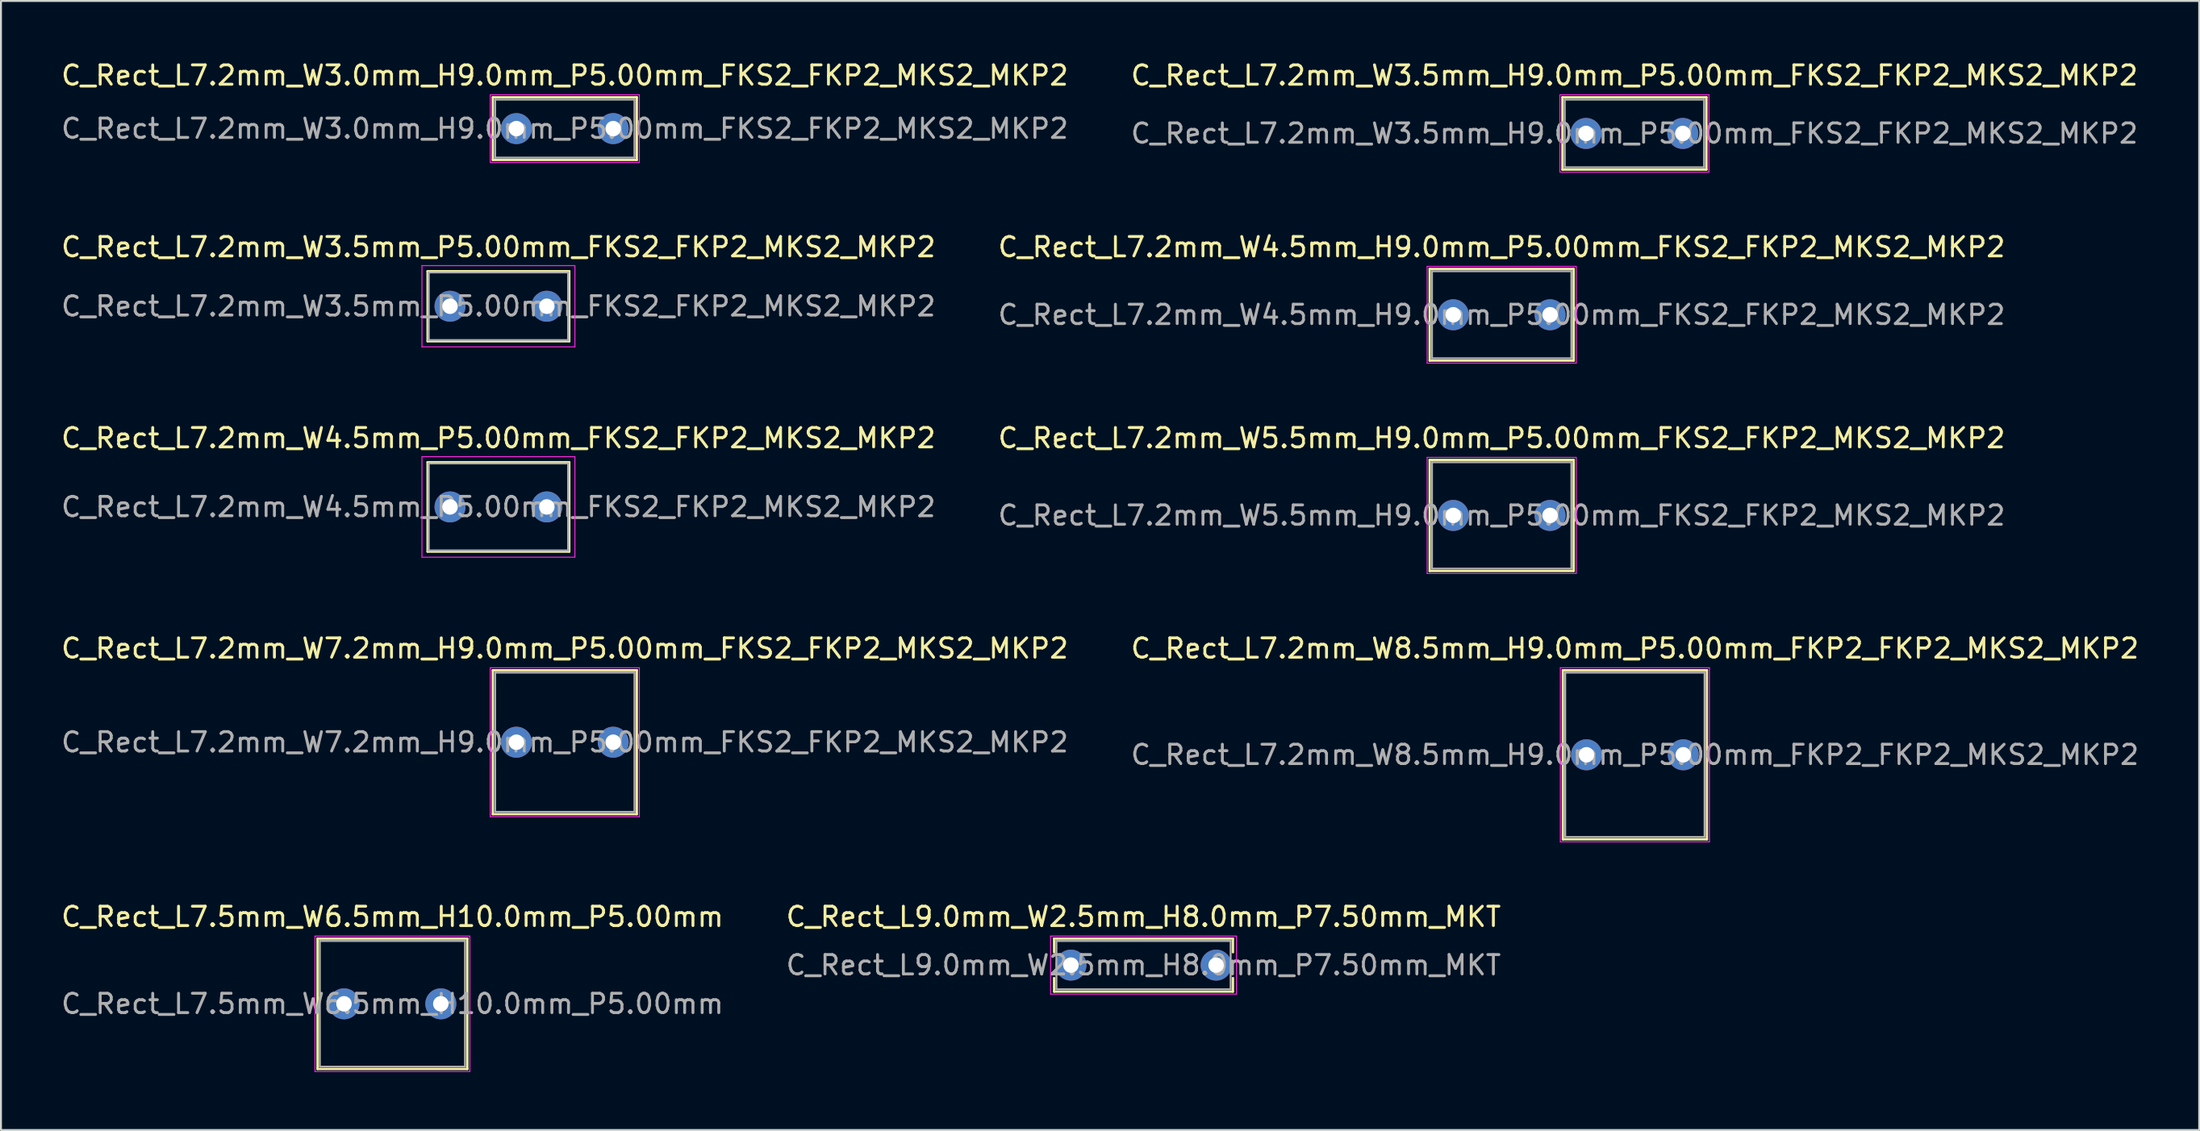
<source format=kicad_pcb>
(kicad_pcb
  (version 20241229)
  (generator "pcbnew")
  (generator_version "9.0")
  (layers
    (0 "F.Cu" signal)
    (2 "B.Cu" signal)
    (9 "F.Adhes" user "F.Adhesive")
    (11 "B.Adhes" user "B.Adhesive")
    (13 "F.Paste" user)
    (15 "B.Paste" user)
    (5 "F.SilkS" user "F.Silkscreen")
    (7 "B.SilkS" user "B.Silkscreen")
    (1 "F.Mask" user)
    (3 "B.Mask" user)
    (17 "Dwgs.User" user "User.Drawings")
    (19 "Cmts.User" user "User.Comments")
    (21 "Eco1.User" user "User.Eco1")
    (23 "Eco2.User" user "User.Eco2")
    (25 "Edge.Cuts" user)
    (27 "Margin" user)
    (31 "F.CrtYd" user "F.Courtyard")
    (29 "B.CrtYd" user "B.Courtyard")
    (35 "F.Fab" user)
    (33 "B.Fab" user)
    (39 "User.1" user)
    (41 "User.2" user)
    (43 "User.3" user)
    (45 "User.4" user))
  (footprint "C_Rect_L7.2mm_W3.5mm_P5.00mm_FKS2_FKP2_MKS2_MKP2"
    (layer "F.Cu")
    (at 20.196 12.781)
    (property "Reference" "C_Rect_L7.2mm_W3.5mm_P5.00mm_FKS2_FKP2_MKS2_MKP2" (at 2.5 -3.06 0) (layer "F.SilkS") (effects (font (size 1 1) (thickness 0.15))))
    (attr through_hole)
    (fp_line (start -1.16 -1.81) (end -1.16 1.81) (stroke (width 0.12) (type solid)) (layer "F.SilkS"))
    (fp_line (start -1.16 -1.81) (end 6.16 -1.81) (stroke (width 0.12) (type solid)) (layer "F.SilkS"))
    (fp_line (start -1.16 1.81) (end 6.16 1.81) (stroke (width 0.12) (type solid)) (layer "F.SilkS"))
    (fp_line (start 6.16 -1.81) (end 6.16 1.81) (stroke (width 0.12) (type solid)) (layer "F.SilkS"))
    (fp_line (start -1.45 -2.1) (end -1.45 2.1) (stroke (width 0.05) (type solid)) (layer "F.CrtYd"))
    (fp_line (start -1.45 2.1) (end 6.45 2.1) (stroke (width 0.05) (type solid)) (layer "F.CrtYd"))
    (fp_line (start 6.45 -2.1) (end -1.45 -2.1) (stroke (width 0.05) (type solid)) (layer "F.CrtYd"))
    (fp_line (start 6.45 2.1) (end 6.45 -2.1) (stroke (width 0.05) (type solid)) (layer "F.CrtYd"))
    (fp_line (start -1.1 -1.75) (end -1.1 1.75) (stroke (width 0.1) (type solid)) (layer "F.Fab"))
    (fp_line (start -1.1 1.75) (end 6.1 1.75) (stroke (width 0.1) (type solid)) (layer "F.Fab"))
    (fp_line (start 6.1 -1.75) (end -1.1 -1.75) (stroke (width 0.1) (type solid)) (layer "F.Fab"))
    (fp_line (start 6.1 1.75) (end 6.1 -1.75) (stroke (width 0.1) (type solid)) (layer "F.Fab"))
    (fp_text user "${REFERENCE}" (at 2.5 0 0) (layer "F.Fab") (effects (font (size 1 1) (thickness 0.15))))
    (pad "1" thru_hole circle (at 0 0) (size 1.6 1.6) (drill 0.8) (layers "*.Cu" "*.Mask"))
    (pad "2" thru_hole circle (at 5 0) (size 1.6 1.6) (drill 0.8) (layers "*.Cu" "*.Mask")))
  (footprint "C_Rect_L7.2mm_W4.5mm_H9.0mm_P5.00mm_FKS2_FKP2_MKS2_MKP2"
    (layer "F.Cu")
    (at 72.018 13.222)
    (property "Reference" "C_Rect_L7.2mm_W4.5mm_H9.0mm_P5.00mm_FKS2_FKP2_MKS2_MKP2" (at 2.5 -3.5 0) (layer "F.SilkS") (effects (font (size 1 1) (thickness 0.15))))
    (attr through_hole)
    (fp_line (start -1.22 -2.37) (end -1.22 2.37) (stroke (width 0.12) (type solid)) (layer "F.SilkS"))
    (fp_line (start -1.22 -2.37) (end 6.22 -2.37) (stroke (width 0.12) (type solid)) (layer "F.SilkS"))
    (fp_line (start -1.22 2.37) (end 6.22 2.37) (stroke (width 0.12) (type solid)) (layer "F.SilkS"))
    (fp_line (start 6.22 -2.37) (end 6.22 2.37) (stroke (width 0.12) (type solid)) (layer "F.SilkS"))
    (fp_line (start -1.35 -2.5) (end -1.35 2.5) (stroke (width 0.05) (type solid)) (layer "F.CrtYd"))
    (fp_line (start -1.35 2.5) (end 6.35 2.5) (stroke (width 0.05) (type solid)) (layer "F.CrtYd"))
    (fp_line (start 6.35 -2.5) (end -1.35 -2.5) (stroke (width 0.05) (type solid)) (layer "F.CrtYd"))
    (fp_line (start 6.35 2.5) (end 6.35 -2.5) (stroke (width 0.05) (type solid)) (layer "F.CrtYd"))
    (fp_line (start -1.1 -2.25) (end -1.1 2.25) (stroke (width 0.1) (type solid)) (layer "F.Fab"))
    (fp_line (start -1.1 2.25) (end 6.1 2.25) (stroke (width 0.1) (type solid)) (layer "F.Fab"))
    (fp_line (start 6.1 -2.25) (end -1.1 -2.25) (stroke (width 0.1) (type solid)) (layer "F.Fab"))
    (fp_line (start 6.1 2.25) (end 6.1 -2.25) (stroke (width 0.1) (type solid)) (layer "F.Fab"))
    (fp_text user "${REFERENCE}" (at 2.5 0 0) (layer "F.Fab") (effects (font (size 1 1) (thickness 0.15))))
    (pad "1" thru_hole circle (at 0 0) (size 1.6 1.6) (drill 0.8) (layers "*.Cu" "*.Mask"))
    (pad "2" thru_hole circle (at 5 0) (size 1.6 1.6) (drill 0.8) (layers "*.Cu" "*.Mask")))
  (footprint "C_Rect_L7.2mm_W3.5mm_H9.0mm_P5.00mm_FKS2_FKP2_MKS2_MKP2"
    (layer "F.Cu")
    (at 78.875 3.848)
    (property "Reference" "C_Rect_L7.2mm_W3.5mm_H9.0mm_P5.00mm_FKS2_FKP2_MKS2_MKP2" (at 2.5 -3 0) (layer "F.SilkS") (effects (font (size 1 1) (thickness 0.15))))
    (attr through_hole)
    (fp_line (start -1.22 -1.87) (end -1.22 1.87) (stroke (width 0.12) (type solid)) (layer "F.SilkS"))
    (fp_line (start -1.22 -1.87) (end 6.22 -1.87) (stroke (width 0.12) (type solid)) (layer "F.SilkS"))
    (fp_line (start -1.22 1.87) (end 6.22 1.87) (stroke (width 0.12) (type solid)) (layer "F.SilkS"))
    (fp_line (start 6.22 -1.87) (end 6.22 1.87) (stroke (width 0.12) (type solid)) (layer "F.SilkS"))
    (fp_line (start -1.35 -2) (end -1.35 2) (stroke (width 0.05) (type solid)) (layer "F.CrtYd"))
    (fp_line (start -1.35 2) (end 6.35 2) (stroke (width 0.05) (type solid)) (layer "F.CrtYd"))
    (fp_line (start 6.35 -2) (end -1.35 -2) (stroke (width 0.05) (type solid)) (layer "F.CrtYd"))
    (fp_line (start 6.35 2) (end 6.35 -2) (stroke (width 0.05) (type solid)) (layer "F.CrtYd"))
    (fp_line (start -1.1 -1.75) (end -1.1 1.75) (stroke (width 0.1) (type solid)) (layer "F.Fab"))
    (fp_line (start -1.1 1.75) (end 6.1 1.75) (stroke (width 0.1) (type solid)) (layer "F.Fab"))
    (fp_line (start 6.1 -1.75) (end -1.1 -1.75) (stroke (width 0.1) (type solid)) (layer "F.Fab"))
    (fp_line (start 6.1 1.75) (end 6.1 -1.75) (stroke (width 0.1) (type solid)) (layer "F.Fab"))
    (fp_text user "${REFERENCE}" (at 2.5 0 0) (layer "F.Fab") (effects (font (size 1 1) (thickness 0.15))))
    (pad "1" thru_hole circle (at 0 0) (size 1.6 1.6) (drill 0.8) (layers "*.Cu" "*.Mask"))
    (pad "2" thru_hole circle (at 5 0) (size 1.6 1.6) (drill 0.8) (layers "*.Cu" "*.Mask")))
  (footprint "C_Rect_L7.5mm_W6.5mm_H10.0mm_P5.00mm"
    (layer "F.Cu")
    (at 14.72 48.841)
    (property "Reference" "C_Rect_L7.5mm_W6.5mm_H10.0mm_P5.00mm" (at 2.5 -4.5 0) (layer "F.SilkS") (effects (font (size 1 1) (thickness 0.15))))
    (attr through_hole)
    (fp_line (start -1.37 -3.37) (end -1.37 3.37) (stroke (width 0.12) (type solid)) (layer "F.SilkS"))
    (fp_line (start -1.37 -3.37) (end 6.37 -3.37) (stroke (width 0.12) (type solid)) (layer "F.SilkS"))
    (fp_line (start -1.37 3.37) (end 6.37 3.37) (stroke (width 0.12) (type solid)) (layer "F.SilkS"))
    (fp_line (start 6.37 -3.37) (end 6.37 3.37) (stroke (width 0.12) (type solid)) (layer "F.SilkS"))
    (fp_line (start -1.5 -3.5) (end -1.5 3.5) (stroke (width 0.05) (type solid)) (layer "F.CrtYd"))
    (fp_line (start -1.5 3.5) (end 6.5 3.5) (stroke (width 0.05) (type solid)) (layer "F.CrtYd"))
    (fp_line (start 6.5 -3.5) (end -1.5 -3.5) (stroke (width 0.05) (type solid)) (layer "F.CrtYd"))
    (fp_line (start 6.5 3.5) (end 6.5 -3.5) (stroke (width 0.05) (type solid)) (layer "F.CrtYd"))
    (fp_line (start -1.25 -3.25) (end -1.25 3.25) (stroke (width 0.1) (type solid)) (layer "F.Fab"))
    (fp_line (start -1.25 3.25) (end 6.25 3.25) (stroke (width 0.1) (type solid)) (layer "F.Fab"))
    (fp_line (start 6.25 -3.25) (end -1.25 -3.25) (stroke (width 0.1) (type solid)) (layer "F.Fab"))
    (fp_line (start 6.25 3.25) (end 6.25 -3.25) (stroke (width 0.1) (type solid)) (layer "F.Fab"))
    (fp_text user "${REFERENCE}" (at 2.5 0 0) (layer "F.Fab") (effects (font (size 1 1) (thickness 0.15))))
    (pad "1" thru_hole circle (at 0 0) (size 1.6 1.6) (drill 0.8) (layers "*.Cu" "*.Mask"))
    (pad "2" thru_hole circle (at 5 0) (size 1.6 1.6) (drill 0.8) (layers "*.Cu" "*.Mask")))
  (footprint "C_Rect_L7.2mm_W3.0mm_H9.0mm_P5.00mm_FKS2_FKP2_MKS2_MKP2"
    (layer "F.Cu")
    (at 23.625 3.598)
    (property "Reference" "C_Rect_L7.2mm_W3.0mm_H9.0mm_P5.00mm_FKS2_FKP2_MKS2_MKP2" (at 2.5 -2.75 0) (layer "F.SilkS") (effects (font (size 1 1) (thickness 0.15))))
    (attr through_hole)
    (fp_line (start -1.22 -1.62) (end -1.22 1.62) (stroke (width 0.12) (type solid)) (layer "F.SilkS"))
    (fp_line (start -1.22 -1.62) (end 6.22 -1.62) (stroke (width 0.12) (type solid)) (layer "F.SilkS"))
    (fp_line (start -1.22 1.62) (end 6.22 1.62) (stroke (width 0.12) (type solid)) (layer "F.SilkS"))
    (fp_line (start 6.22 -1.62) (end 6.22 1.62) (stroke (width 0.12) (type solid)) (layer "F.SilkS"))
    (fp_line (start -1.35 -1.75) (end -1.35 1.75) (stroke (width 0.05) (type solid)) (layer "F.CrtYd"))
    (fp_line (start -1.35 1.75) (end 6.35 1.75) (stroke (width 0.05) (type solid)) (layer "F.CrtYd"))
    (fp_line (start 6.35 -1.75) (end -1.35 -1.75) (stroke (width 0.05) (type solid)) (layer "F.CrtYd"))
    (fp_line (start 6.35 1.75) (end 6.35 -1.75) (stroke (width 0.05) (type solid)) (layer "F.CrtYd"))
    (fp_line (start -1.1 -1.5) (end -1.1 1.5) (stroke (width 0.1) (type solid)) (layer "F.Fab"))
    (fp_line (start -1.1 1.5) (end 6.1 1.5) (stroke (width 0.1) (type solid)) (layer "F.Fab"))
    (fp_line (start 6.1 -1.5) (end -1.1 -1.5) (stroke (width 0.1) (type solid)) (layer "F.Fab"))
    (fp_line (start 6.1 1.5) (end 6.1 -1.5) (stroke (width 0.1) (type solid)) (layer "F.Fab"))
    (fp_text user "${REFERENCE}" (at 2.5 0 0) (layer "F.Fab") (effects (font (size 1 1) (thickness 0.15))))
    (pad "1" thru_hole circle (at 0 0) (size 1.6 1.6) (drill 0.8) (layers "*.Cu" "*.Mask"))
    (pad "2" thru_hole circle (at 5 0) (size 1.6 1.6) (drill 0.8) (layers "*.Cu" "*.Mask")))
  (footprint "C_Rect_L7.2mm_W8.5mm_H9.0mm_P5.00mm_FKP2_FKP2_MKS2_MKP2"
    (layer "F.Cu")
    (at 78.899 35.968)
    (property "Reference" "C_Rect_L7.2mm_W8.5mm_H9.0mm_P5.00mm_FKP2_FKP2_MKS2_MKP2" (at 2.5 -5.5 0) (layer "F.SilkS") (effects (font (size 1 1) (thickness 0.15))))
    (attr through_hole)
    (fp_line (start -1.22 -4.37) (end -1.22 4.37) (stroke (width 0.12) (type solid)) (layer "F.SilkS"))
    (fp_line (start -1.22 -4.37) (end 6.22 -4.37) (stroke (width 0.12) (type solid)) (layer "F.SilkS"))
    (fp_line (start -1.22 4.37) (end 6.22 4.37) (stroke (width 0.12) (type solid)) (layer "F.SilkS"))
    (fp_line (start 6.22 -4.37) (end 6.22 4.37) (stroke (width 0.12) (type solid)) (layer "F.SilkS"))
    (fp_line (start -1.35 -4.5) (end -1.35 4.5) (stroke (width 0.05) (type solid)) (layer "F.CrtYd"))
    (fp_line (start -1.35 4.5) (end 6.35 4.5) (stroke (width 0.05) (type solid)) (layer "F.CrtYd"))
    (fp_line (start 6.35 -4.5) (end -1.35 -4.5) (stroke (width 0.05) (type solid)) (layer "F.CrtYd"))
    (fp_line (start 6.35 4.5) (end 6.35 -4.5) (stroke (width 0.05) (type solid)) (layer "F.CrtYd"))
    (fp_line (start -1.1 -4.25) (end -1.1 4.25) (stroke (width 0.1) (type solid)) (layer "F.Fab"))
    (fp_line (start -1.1 4.25) (end 6.1 4.25) (stroke (width 0.1) (type solid)) (layer "F.Fab"))
    (fp_line (start 6.1 -4.25) (end -1.1 -4.25) (stroke (width 0.1) (type solid)) (layer "F.Fab"))
    (fp_line (start 6.1 4.25) (end 6.1 -4.25) (stroke (width 0.1) (type solid)) (layer "F.Fab"))
    (fp_text user "${REFERENCE}" (at 2.5 0 0) (layer "F.Fab") (effects (font (size 1 1) (thickness 0.15))))
    (pad "1" thru_hole circle (at 0 0) (size 1.6 1.6) (drill 0.8) (layers "*.Cu" "*.Mask"))
    (pad "2" thru_hole circle (at 5 0) (size 1.6 1.6) (drill 0.8) (layers "*.Cu" "*.Mask")))
  (footprint "C_Rect_L9.0mm_W2.5mm_H8.0mm_P7.50mm_MKT"
    (layer "F.Cu")
    (at 52.268 46.841)
    (property "Reference" "C_Rect_L9.0mm_W2.5mm_H8.0mm_P7.50mm_MKT" (at 3.75 -2.5 0) (layer "F.SilkS") (effects (font (size 1 1) (thickness 0.15))))
    (attr through_hole)
    (fp_line (start -0.87 -1.37) (end -0.87 -0.665) (stroke (width 0.12) (type solid)) (layer "F.SilkS"))
    (fp_line (start -0.87 -1.37) (end 8.37 -1.37) (stroke (width 0.12) (type solid)) (layer "F.SilkS"))
    (fp_line (start -0.87 0.665) (end -0.87 1.37) (stroke (width 0.12) (type solid)) (layer "F.SilkS"))
    (fp_line (start -0.87 1.37) (end 8.37 1.37) (stroke (width 0.12) (type solid)) (layer "F.SilkS"))
    (fp_line (start 8.37 -1.37) (end 8.37 -0.665) (stroke (width 0.12) (type solid)) (layer "F.SilkS"))
    (fp_line (start 8.37 0.665) (end 8.37 1.37) (stroke (width 0.12) (type solid)) (layer "F.SilkS"))
    (fp_line (start -1.05 -1.5) (end -1.05 1.5) (stroke (width 0.05) (type solid)) (layer "F.CrtYd"))
    (fp_line (start -1.05 1.5) (end 8.55 1.5) (stroke (width 0.05) (type solid)) (layer "F.CrtYd"))
    (fp_line (start 8.55 -1.5) (end -1.05 -1.5) (stroke (width 0.05) (type solid)) (layer "F.CrtYd"))
    (fp_line (start 8.55 1.5) (end 8.55 -1.5) (stroke (width 0.05) (type solid)) (layer "F.CrtYd"))
    (fp_line (start -0.75 -1.25) (end -0.75 1.25) (stroke (width 0.1) (type solid)) (layer "F.Fab"))
    (fp_line (start -0.75 1.25) (end 8.25 1.25) (stroke (width 0.1) (type solid)) (layer "F.Fab"))
    (fp_line (start 8.25 -1.25) (end -0.75 -1.25) (stroke (width 0.1) (type solid)) (layer "F.Fab"))
    (fp_line (start 8.25 1.25) (end 8.25 -1.25) (stroke (width 0.1) (type solid)) (layer "F.Fab"))
    (fp_text user "${REFERENCE}" (at 3.75 0 0) (layer "F.Fab") (effects (font (size 1 1) (thickness 0.15))))
    (pad "1" thru_hole circle (at 0 0) (size 1.6 1.6) (drill 0.8) (layers "*.Cu" "*.Mask"))
    (pad "2" thru_hole circle (at 7.5 0) (size 1.6 1.6) (drill 0.8) (layers "*.Cu" "*.Mask")))
  (footprint "C_Rect_L7.2mm_W7.2mm_H9.0mm_P5.00mm_FKS2_FKP2_MKS2_MKP2"
    (layer "F.Cu")
    (at 23.625 35.318)
    (property "Reference" "C_Rect_L7.2mm_W7.2mm_H9.0mm_P5.00mm_FKS2_FKP2_MKS2_MKP2" (at 2.5 -4.85 0) (layer "F.SilkS") (effects (font (size 1 1) (thickness 0.15))))
    (attr through_hole)
    (fp_line (start -1.22 -3.72) (end -1.22 3.72) (stroke (width 0.12) (type solid)) (layer "F.SilkS"))
    (fp_line (start -1.22 -3.72) (end 6.22 -3.72) (stroke (width 0.12) (type solid)) (layer "F.SilkS"))
    (fp_line (start -1.22 3.72) (end 6.22 3.72) (stroke (width 0.12) (type solid)) (layer "F.SilkS"))
    (fp_line (start 6.22 -3.72) (end 6.22 3.72) (stroke (width 0.12) (type solid)) (layer "F.SilkS"))
    (fp_line (start -1.35 -3.85) (end -1.35 3.85) (stroke (width 0.05) (type solid)) (layer "F.CrtYd"))
    (fp_line (start -1.35 3.85) (end 6.35 3.85) (stroke (width 0.05) (type solid)) (layer "F.CrtYd"))
    (fp_line (start 6.35 -3.85) (end -1.35 -3.85) (stroke (width 0.05) (type solid)) (layer "F.CrtYd"))
    (fp_line (start 6.35 3.85) (end 6.35 -3.85) (stroke (width 0.05) (type solid)) (layer "F.CrtYd"))
    (fp_line (start -1.1 -3.6) (end -1.1 3.6) (stroke (width 0.1) (type solid)) (layer "F.Fab"))
    (fp_line (start -1.1 3.6) (end 6.1 3.6) (stroke (width 0.1) (type solid)) (layer "F.Fab"))
    (fp_line (start 6.1 -3.6) (end -1.1 -3.6) (stroke (width 0.1) (type solid)) (layer "F.Fab"))
    (fp_line (start 6.1 3.6) (end 6.1 -3.6) (stroke (width 0.1) (type solid)) (layer "F.Fab"))
    (fp_text user "${REFERENCE}" (at 2.5 0 0) (layer "F.Fab") (effects (font (size 1 1) (thickness 0.15))))
    (pad "1" thru_hole circle (at 0 0) (size 1.6 1.6) (drill 0.8) (layers "*.Cu" "*.Mask"))
    (pad "2" thru_hole circle (at 5 0) (size 1.6 1.6) (drill 0.8) (layers "*.Cu" "*.Mask")))
  (footprint "C_Rect_L7.2mm_W4.5mm_P5.00mm_FKS2_FKP2_MKS2_MKP2"
    (layer "F.Cu")
    (at 20.196 23.155)
    (property "Reference" "C_Rect_L7.2mm_W4.5mm_P5.00mm_FKS2_FKP2_MKS2_MKP2" (at 2.5 -3.56 0) (layer "F.SilkS") (effects (font (size 1 1) (thickness 0.15))))
    (attr through_hole)
    (fp_line (start -1.16 -2.31) (end -1.16 2.31) (stroke (width 0.12) (type solid)) (layer "F.SilkS"))
    (fp_line (start -1.16 -2.31) (end 6.16 -2.31) (stroke (width 0.12) (type solid)) (layer "F.SilkS"))
    (fp_line (start -1.16 2.31) (end 6.16 2.31) (stroke (width 0.12) (type solid)) (layer "F.SilkS"))
    (fp_line (start 6.16 -2.31) (end 6.16 2.31) (stroke (width 0.12) (type solid)) (layer "F.SilkS"))
    (fp_line (start -1.45 -2.6) (end -1.45 2.6) (stroke (width 0.05) (type solid)) (layer "F.CrtYd"))
    (fp_line (start -1.45 2.6) (end 6.45 2.6) (stroke (width 0.05) (type solid)) (layer "F.CrtYd"))
    (fp_line (start 6.45 -2.6) (end -1.45 -2.6) (stroke (width 0.05) (type solid)) (layer "F.CrtYd"))
    (fp_line (start 6.45 2.6) (end 6.45 -2.6) (stroke (width 0.05) (type solid)) (layer "F.CrtYd"))
    (fp_line (start -1.1 -2.25) (end -1.1 2.25) (stroke (width 0.1) (type solid)) (layer "F.Fab"))
    (fp_line (start -1.1 2.25) (end 6.1 2.25) (stroke (width 0.1) (type solid)) (layer "F.Fab"))
    (fp_line (start 6.1 -2.25) (end -1.1 -2.25) (stroke (width 0.1) (type solid)) (layer "F.Fab"))
    (fp_line (start 6.1 2.25) (end 6.1 -2.25) (stroke (width 0.1) (type solid)) (layer "F.Fab"))
    (fp_text user "${REFERENCE}" (at 2.5 0 0) (layer "F.Fab") (effects (font (size 1 1) (thickness 0.15))))
    (pad "1" thru_hole circle (at 0 0) (size 1.6 1.6) (drill 0.8) (layers "*.Cu" "*.Mask"))
    (pad "2" thru_hole circle (at 5 0) (size 1.6 1.6) (drill 0.8) (layers "*.Cu" "*.Mask")))
  (footprint "C_Rect_L7.2mm_W5.5mm_H9.0mm_P5.00mm_FKS2_FKP2_MKS2_MKP2"
    (layer "F.Cu")
    (at 72.018 23.595)
    (property "Reference" "C_Rect_L7.2mm_W5.5mm_H9.0mm_P5.00mm_FKS2_FKP2_MKS2_MKP2" (at 2.5 -4 0) (layer "F.SilkS") (effects (font (size 1 1) (thickness 0.15))))
    (attr through_hole)
    (fp_line (start -1.22 -2.87) (end -1.22 2.87) (stroke (width 0.12) (type solid)) (layer "F.SilkS"))
    (fp_line (start -1.22 -2.87) (end 6.22 -2.87) (stroke (width 0.12) (type solid)) (layer "F.SilkS"))
    (fp_line (start -1.22 2.87) (end 6.22 2.87) (stroke (width 0.12) (type solid)) (layer "F.SilkS"))
    (fp_line (start 6.22 -2.87) (end 6.22 2.87) (stroke (width 0.12) (type solid)) (layer "F.SilkS"))
    (fp_line (start -1.35 -3) (end -1.35 3) (stroke (width 0.05) (type solid)) (layer "F.CrtYd"))
    (fp_line (start -1.35 3) (end 6.35 3) (stroke (width 0.05) (type solid)) (layer "F.CrtYd"))
    (fp_line (start 6.35 -3) (end -1.35 -3) (stroke (width 0.05) (type solid)) (layer "F.CrtYd"))
    (fp_line (start 6.35 3) (end 6.35 -3) (stroke (width 0.05) (type solid)) (layer "F.CrtYd"))
    (fp_line (start -1.1 -2.75) (end -1.1 2.75) (stroke (width 0.1) (type solid)) (layer "F.Fab"))
    (fp_line (start -1.1 2.75) (end 6.1 2.75) (stroke (width 0.1) (type solid)) (layer "F.Fab"))
    (fp_line (start 6.1 -2.75) (end -1.1 -2.75) (stroke (width 0.1) (type solid)) (layer "F.Fab"))
    (fp_line (start 6.1 2.75) (end 6.1 -2.75) (stroke (width 0.1) (type solid)) (layer "F.Fab"))
    (fp_text user "${REFERENCE}" (at 2.5 0 0) (layer "F.Fab") (effects (font (size 1 1) (thickness 0.15))))
    (pad "1" thru_hole circle (at 0 0) (size 1.6 1.6) (drill 0.8) (layers "*.Cu" "*.Mask"))
    (pad "2" thru_hole circle (at 5 0) (size 1.6 1.6) (drill 0.8) (layers "*.Cu" "*.Mask")))
  (gr_rect
    (start -3 -3)
    (end 110.548 55.366)
    (stroke (width 0.1) (type default))
    (fill no)
    (layer "Edge.Cuts")))
</source>
